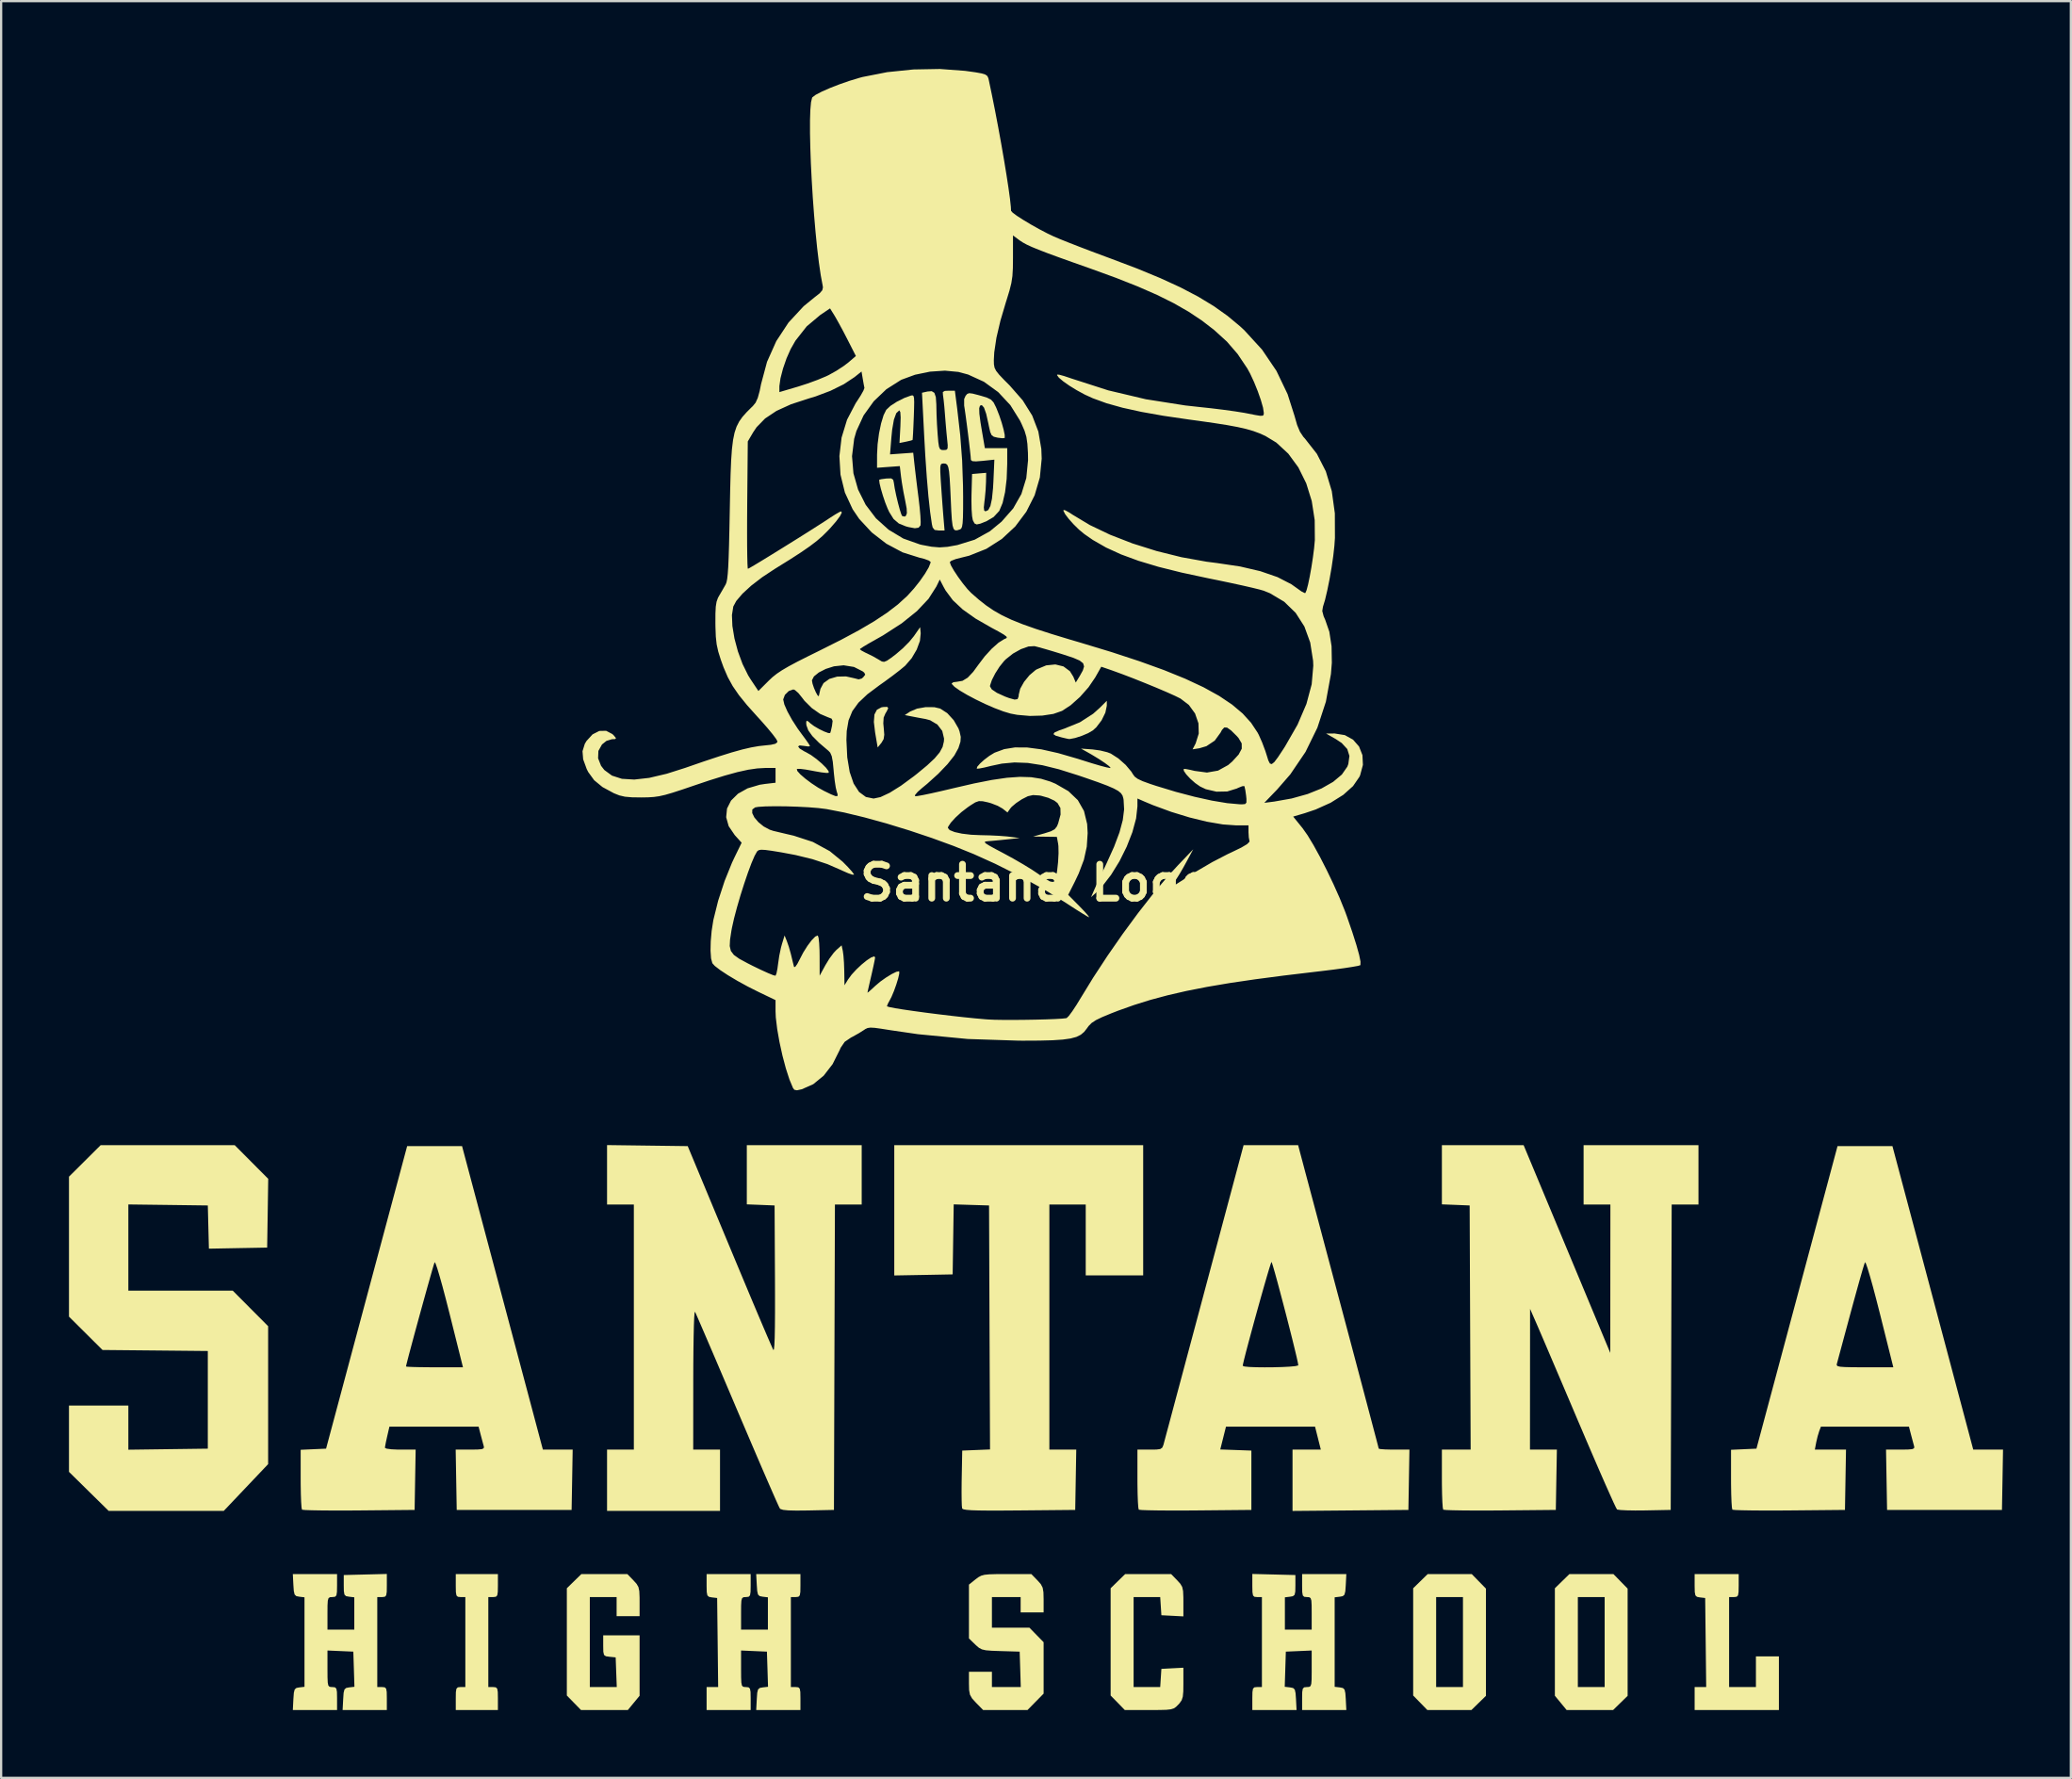
<source format=kicad_pcb>
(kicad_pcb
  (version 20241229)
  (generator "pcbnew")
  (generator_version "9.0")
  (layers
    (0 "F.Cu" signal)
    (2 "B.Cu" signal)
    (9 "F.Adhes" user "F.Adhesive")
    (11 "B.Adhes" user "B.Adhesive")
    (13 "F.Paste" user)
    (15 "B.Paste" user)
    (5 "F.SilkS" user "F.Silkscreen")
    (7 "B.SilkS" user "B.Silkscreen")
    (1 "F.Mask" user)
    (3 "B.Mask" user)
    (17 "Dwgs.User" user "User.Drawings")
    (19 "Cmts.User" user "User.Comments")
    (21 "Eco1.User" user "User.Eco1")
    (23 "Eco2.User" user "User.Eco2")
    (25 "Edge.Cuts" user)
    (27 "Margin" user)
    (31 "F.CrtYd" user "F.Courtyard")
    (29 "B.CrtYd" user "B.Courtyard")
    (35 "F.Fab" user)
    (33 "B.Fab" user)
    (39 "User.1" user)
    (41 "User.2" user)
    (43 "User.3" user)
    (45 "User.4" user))
  (footprint "Santana Logo"
    (layer "F.Cu")
    (at 42.757 35.985)
    (property "Reference" "Santana Logo" (at 0 0 0) (layer "F.SilkS") (effects (font (size 1.5 1.5) (thickness 0.3))))
    (attr board_only exclude_from_pos_files exclude_from_bom)
    (fp_poly (pts (xy -6.532 -7.721) (xy -6.606 -7.569) (xy -6.653 -7.495) (xy -6.734 -7.306) (xy -6.75 -7.053) (xy -6.73 -6.839) (xy -6.707 -6.547) (xy -6.735 -6.356) (xy -6.825 -6.201) (xy -6.836 -6.186) (xy -6.999 -5.986) (xy -7.112 -6.647) (xy -7.167 -7.113) (xy -7.142 -7.442) (xy -7.033 -7.652) (xy -6.835 -7.759) (xy -6.749 -7.774) (xy -6.576 -7.78)) (stroke (width 0) (type solid)) (fill yes) (layer "F.SilkS"))
    (fp_poly (pts (xy 3.133 -7.831) (xy 3.069 -7.525) (xy 2.903 -7.186) (xy 2.67 -6.88) (xy 2.518 -6.741) (xy 2.308 -6.618) (xy 2.027 -6.499) (xy 1.738 -6.405) (xy 1.507 -6.36) (xy 1.439 -6.361) (xy 1.335 -6.383) (xy 1.143 -6.428) (xy 1.136 -6.43) (xy 0.876 -6.504) (xy 0.771 -6.575) (xy 0.825 -6.651) (xy 1.04 -6.745) (xy 1.238 -6.812) (xy 1.942 -7.098) (xy 2.531 -7.478) (xy 2.832 -7.748) (xy 3.133 -8.049)) (stroke (width 0) (type solid)) (fill yes) (layer "F.SilkS"))
    (fp_poly (pts (xy 19.583 30.886) (xy 19.897 31.207) (xy 19.897 33.578) (xy 19.897 35.949) (xy 19.576 36.262) (xy 19.255 36.576) (xy 18.28 36.576) (xy 17.306 36.576) (xy 16.993 36.255) (xy 16.679 35.934) (xy 16.679 33.57) (xy 17.695 33.57) (xy 17.695 35.56) (xy 18.288 35.56) (xy 18.881 35.56) (xy 18.881 33.57) (xy 18.881 31.581) (xy 18.288 31.581) (xy 17.695 31.581) (xy 17.695 33.57) (xy 16.679 33.57) (xy 16.679 33.563) (xy 16.679 31.192) (xy 17 30.878) (xy 17.321 30.565) (xy 18.296 30.565) (xy 19.27 30.565)) (stroke (width 0) (type solid)) (fill yes) (layer "F.SilkS"))
    (fp_poly (pts (xy 25.848 30.886) (xy 26.162 31.207) (xy 26.162 33.578) (xy 26.162 35.949) (xy 25.841 36.262) (xy 25.52 36.576) (xy 24.492 36.576) (xy 23.465 36.576) (xy 23.205 36.26) (xy 22.945 35.945) (xy 22.945 33.57) (xy 23.961 33.57) (xy 23.961 35.56) (xy 24.553 35.56) (xy 25.146 35.56) (xy 25.146 33.57) (xy 25.146 31.581) (xy 24.553 31.581) (xy 23.961 31.581) (xy 23.961 33.57) (xy 22.945 33.57) (xy 22.945 33.568) (xy 22.945 31.192) (xy 23.266 30.878) (xy 23.587 30.565) (xy 24.561 30.565) (xy 25.535 30.565)) (stroke (width 0) (type solid)) (fill yes) (layer "F.SilkS"))
    (fp_poly (pts (xy 31.073 31.073) (xy 31.068 31.354) (xy 31.044 31.506) (xy 30.983 31.568) (xy 30.868 31.581) (xy 30.861 31.581) (xy 30.649 31.581) (xy 30.649 33.57) (xy 30.649 35.56) (xy 31.242 35.56) (xy 31.835 35.56) (xy 31.835 34.883) (xy 31.835 34.205) (xy 32.343 34.205) (xy 32.851 34.205) (xy 32.851 35.391) (xy 32.851 36.576) (xy 30.988 36.576) (xy 29.125 36.576) (xy 29.125 36.068) (xy 29.125 35.56) (xy 29.381 35.56) (xy 29.636 35.56) (xy 29.614 33.592) (xy 29.591 31.623) (xy 29.358 31.596) (xy 29.229 31.571) (xy 29.159 31.507) (xy 29.131 31.361) (xy 29.125 31.091) (xy 29.125 31.067) (xy 29.125 30.565) (xy 30.099 30.565) (xy 31.073 30.565)) (stroke (width 0) (type solid)) (fill yes) (layer "F.SilkS"))
    (fp_poly (pts (xy -23.791 31.073) (xy -23.796 31.354) (xy -23.82 31.506) (xy -23.881 31.568) (xy -23.996 31.581) (xy -24.003 31.581) (xy -24.215 31.581) (xy -24.215 33.57) (xy -24.215 35.56) (xy -24.003 35.56) (xy -23.886 35.571) (xy -23.822 35.63) (xy -23.796 35.776) (xy -23.791 36.05) (xy -23.791 36.068) (xy -23.791 36.576) (xy -24.723 36.576) (xy -25.654 36.576) (xy -25.654 36.068) (xy -25.65 35.786) (xy -25.625 35.634) (xy -25.564 35.572) (xy -25.45 35.56) (xy -25.442 35.56) (xy -25.231 35.56) (xy -25.231 33.57) (xy -25.231 31.581) (xy -25.442 31.581) (xy -25.56 31.57) (xy -25.623 31.511) (xy -25.649 31.365) (xy -25.654 31.09) (xy -25.654 31.073) (xy -25.654 30.565) (xy -24.723 30.565) (xy -23.791 30.565)) (stroke (width 0) (type solid)) (fill yes) (layer "F.SilkS"))
    (fp_poly (pts (xy -17.797 30.844) (xy -17.659 30.997) (xy -17.578 31.138) (xy -17.539 31.318) (xy -17.527 31.589) (xy -17.526 31.775) (xy -17.526 32.427) (xy -18.034 32.427) (xy -18.542 32.427) (xy -18.542 32.004) (xy -18.542 31.581) (xy -19.135 31.581) (xy -19.727 31.581) (xy -19.727 33.57) (xy -19.727 35.56) (xy -19.131 35.56) (xy -18.535 35.56) (xy -18.56 34.904) (xy -18.584 34.248) (xy -18.86 34.221) (xy -19.017 34.198) (xy -19.099 34.14) (xy -19.13 34.001) (xy -19.135 33.739) (xy -19.135 33.734) (xy -19.135 33.274) (xy -18.33 33.274) (xy -17.526 33.274) (xy -17.526 34.609) (xy -17.526 35.945) (xy -17.786 36.26) (xy -18.046 36.576) (xy -19.081 36.576) (xy -20.116 36.576) (xy -20.43 36.255) (xy -20.743 35.934) (xy -20.743 33.563) (xy -20.743 31.192) (xy -20.422 30.878) (xy -20.101 30.565) (xy -19.084 30.565) (xy -18.067 30.565)) (stroke (width 0) (type solid)) (fill yes) (layer "F.SilkS"))
    (fp_poly (pts (xy 4.741 14.478) (xy 4.741 17.357) (xy 3.471 17.357) (xy 2.201 17.357) (xy 2.201 15.79) (xy 2.201 14.224) (xy 1.397 14.224) (xy 0.593 14.224) (xy 0.593 19.643) (xy 0.593 25.061) (xy 1.187 25.061) (xy 1.782 25.061) (xy 1.759 26.395) (xy 1.736 27.728) (xy -0.743 27.751) (xy -1.483 27.756) (xy -2.069 27.757) (xy -2.518 27.752) (xy -2.846 27.742) (xy -3.068 27.725) (xy -3.2 27.702) (xy -3.259 27.671) (xy -3.264 27.662) (xy -3.278 27.541) (xy -3.286 27.285) (xy -3.289 26.926) (xy -3.286 26.498) (xy -3.283 26.327) (xy -3.26 25.104) (xy -2.645 25.079) (xy -2.031 25.054) (xy -2.053 19.66) (xy -2.074 14.266) (xy -2.856 14.242) (xy -3.637 14.218) (xy -3.66 15.766) (xy -3.683 17.314) (xy -4.974 17.338) (xy -6.265 17.361) (xy -6.265 14.48) (xy -6.265 11.599) (xy -0.762 11.599) (xy 4.741 11.599)) (stroke (width 0) (type solid)) (fill yes) (layer "F.SilkS"))
    (fp_poly (pts (xy 6.249 30.844) (xy 6.386 30.996) (xy 6.467 31.136) (xy 6.506 31.316) (xy 6.518 31.585) (xy 6.519 31.779) (xy 6.519 32.436) (xy 6.032 32.41) (xy 5.546 32.385) (xy 5.52 31.983) (xy 5.494 31.581) (xy 4.906 31.581) (xy 4.318 31.581) (xy 4.318 33.57) (xy 4.318 35.56) (xy 4.906 35.56) (xy 5.494 35.56) (xy 5.52 35.158) (xy 5.546 34.756) (xy 6.032 34.73) (xy 6.519 34.705) (xy 6.519 35.403) (xy 6.515 35.756) (xy 6.493 35.987) (xy 6.443 36.143) (xy 6.353 36.272) (xy 6.292 36.339) (xy 6.193 36.437) (xy 6.095 36.503) (xy 5.965 36.544) (xy 5.769 36.566) (xy 5.474 36.574) (xy 5.046 36.576) (xy 4.997 36.576) (xy 3.929 36.576) (xy 3.616 36.255) (xy 3.302 35.934) (xy 3.302 33.563) (xy 3.302 31.192) (xy 3.623 30.878) (xy 3.944 30.565) (xy 4.961 30.565) (xy 5.978 30.565)) (stroke (width 0) (type solid)) (fill yes) (layer "F.SilkS"))
    (fp_poly (pts (xy -34.688 12.344) (xy -33.947 13.088) (xy -33.97 14.609) (xy -33.994 16.129) (xy -35.282 16.152) (xy -36.57 16.176) (xy -36.594 15.221) (xy -36.618 14.266) (xy -38.375 14.243) (xy -40.132 14.221) (xy -40.132 16.127) (xy -40.132 18.034) (xy -37.823 18.034) (xy -35.514 18.034) (xy -34.733 18.819) (xy -33.951 19.604) (xy -33.951 22.653) (xy -33.951 25.703) (xy -34.932 26.737) (xy -35.913 27.771) (xy -38.458 27.771) (xy -41.003 27.771) (xy -41.88 26.908) (xy -42.757 26.045) (xy -42.757 24.58) (xy -42.757 23.114) (xy -41.444 23.114) (xy -40.132 23.114) (xy -40.132 24.089) (xy -40.132 25.065) (xy -38.375 25.042) (xy -36.618 25.019) (xy -36.618 22.86) (xy -36.618 20.701) (xy -38.946 20.678) (xy -41.274 20.656) (xy -42.016 19.918) (xy -42.757 19.181) (xy -42.757 16.087) (xy -42.757 12.993) (xy -42.056 12.296) (xy -41.356 11.599) (xy -38.393 11.599) (xy -35.429 11.599)) (stroke (width 0) (type solid)) (fill yes) (layer "F.SilkS"))
    (fp_poly (pts (xy 0.068 30.844) (xy 0.215 31.01) (xy 0.296 31.165) (xy 0.331 31.368) (xy 0.339 31.679) (xy 0.339 31.691) (xy 0.339 32.258) (xy -0.169 32.258) (xy -0.677 32.258) (xy -0.677 31.919) (xy -0.677 31.581) (xy -1.312 31.581) (xy -1.947 31.581) (xy -1.947 32.258) (xy -1.947 32.935) (xy -1.118 32.935) (xy -0.288 32.935) (xy 0.025 33.256) (xy 0.339 33.577) (xy 0.339 34.714) (xy 0.339 35.85) (xy -0.018 36.213) (xy -0.374 36.576) (xy -1.355 36.576) (xy -2.336 36.576) (xy -2.65 36.255) (xy -2.825 36.063) (xy -2.918 35.898) (xy -2.956 35.695) (xy -2.963 35.408) (xy -2.963 34.883) (xy -2.455 34.883) (xy -1.947 34.883) (xy -1.947 35.221) (xy -1.947 35.56) (xy -1.309 35.56) (xy -0.671 35.56) (xy -0.695 34.777) (xy -0.72 33.994) (xy -1.566 33.969) (xy -1.954 33.955) (xy -2.215 33.934) (xy -2.39 33.894) (xy -2.52 33.825) (xy -2.647 33.716) (xy -2.688 33.677) (xy -2.963 33.41) (xy -2.963 32.22) (xy -2.963 31.03) (xy -2.672 30.797) (xy -2.545 30.702) (xy -2.424 30.637) (xy -2.275 30.596) (xy -2.061 30.575) (xy -1.75 30.566) (xy -1.304 30.565) (xy -1.291 30.565) (xy -0.203 30.565)) (stroke (width 0) (type solid)) (fill yes) (layer "F.SilkS"))
    (fp_poly (pts (xy 23.479 16.192) (xy 25.395 20.786) (xy 25.397 17.505) (xy 25.4 14.224) (xy 24.807 14.224) (xy 24.215 14.224) (xy 24.215 12.912) (xy 24.215 11.599) (xy 26.755 11.599) (xy 29.295 11.599) (xy 29.295 12.912) (xy 29.295 14.224) (xy 28.703 14.224) (xy 28.11 14.224) (xy 28.089 20.976) (xy 28.067 27.728) (xy 26.924 27.75) (xy 26.497 27.753) (xy 26.129 27.747) (xy 25.854 27.733) (xy 25.706 27.713) (xy 25.694 27.707) (xy 25.644 27.619) (xy 25.535 27.39) (xy 25.375 27.035) (xy 25.168 26.571) (xy 24.923 26.012) (xy 24.647 25.374) (xy 24.345 24.672) (xy 24.025 23.921) (xy 24.005 23.876) (xy 23.675 23.099) (xy 23.356 22.349) (xy 23.056 21.646) (xy 22.783 21.006) (xy 22.546 20.45) (xy 22.351 19.995) (xy 22.207 19.66) (xy 22.126 19.473) (xy 21.848 18.838) (xy 21.846 21.95) (xy 21.844 25.061) (xy 22.439 25.061) (xy 23.034 25.061) (xy 23.01 26.395) (xy 22.987 27.728) (xy 20.526 27.751) (xy 19.896 27.755) (xy 19.323 27.754) (xy 18.826 27.75) (xy 18.428 27.743) (xy 18.151 27.733) (xy 18.016 27.719) (xy 18.007 27.715) (xy 17.987 27.615) (xy 17.97 27.376) (xy 17.957 27.029) (xy 17.95 26.604) (xy 17.949 26.36) (xy 17.949 25.061) (xy 18.585 25.061) (xy 19.221 25.061) (xy 19.199 19.664) (xy 19.177 14.266) (xy 18.563 14.241) (xy 17.949 14.217) (xy 17.949 12.908) (xy 17.949 11.599) (xy 19.756 11.599) (xy 21.563 11.599)) (stroke (width 0) (type solid)) (fill yes) (layer "F.SilkS"))
    (fp_poly (pts (xy -3.484 -20.976) (xy -3.348 -19.787) (xy -3.264 -18.672) (xy -3.225 -17.543) (xy -3.22 -17.048) (xy -3.221 -16.529) (xy -3.228 -16.155) (xy -3.243 -15.902) (xy -3.269 -15.745) (xy -3.307 -15.662) (xy -3.351 -15.63) (xy -3.481 -15.587) (xy -3.575 -15.587) (xy -3.642 -15.651) (xy -3.687 -15.8) (xy -3.719 -16.057) (xy -3.744 -16.442) (xy -3.765 -16.912) (xy -3.791 -17.475) (xy -3.815 -17.891) (xy -3.841 -18.183) (xy -3.875 -18.371) (xy -3.92 -18.479) (xy -3.981 -18.529) (xy -4.061 -18.542) (xy -4.082 -18.542) (xy -4.16 -18.534) (xy -4.208 -18.49) (xy -4.23 -18.379) (xy -4.23 -18.172) (xy -4.212 -17.837) (xy -4.201 -17.674) (xy -4.17 -17.22) (xy -4.136 -16.746) (xy -4.104 -16.33) (xy -4.093 -16.192) (xy -4.041 -15.579) (xy -4.297 -15.579) (xy -4.479 -15.602) (xy -4.566 -15.708) (xy -4.601 -15.854) (xy -4.679 -16.396) (xy -4.755 -17.09) (xy -4.826 -17.919) (xy -4.892 -18.866) (xy -4.941 -19.746) (xy -5.039 -21.67) (xy -4.795 -21.724) (xy -4.609 -21.738) (xy -4.492 -21.665) (xy -4.428 -21.48) (xy -4.405 -21.159) (xy -4.403 -21.04) (xy -4.395 -20.696) (xy -4.376 -20.273) (xy -4.349 -19.857) (xy -4.347 -19.833) (xy -4.318 -19.491) (xy -4.287 -19.284) (xy -4.241 -19.178) (xy -4.168 -19.14) (xy -4.084 -19.135) (xy -3.964 -19.145) (xy -3.908 -19.203) (xy -3.902 -19.352) (xy -3.924 -19.579) (xy -3.955 -19.891) (xy -3.99 -20.288) (xy -4.022 -20.686) (xy -4.023 -20.701) (xy -4.051 -21.048) (xy -4.082 -21.349) (xy -4.108 -21.548) (xy -4.112 -21.569) (xy -4.118 -21.699) (xy -4.032 -21.751) (xy -3.869 -21.759) (xy -3.585 -21.759)) (stroke (width 0) (type solid)) (fill yes) (layer "F.SilkS"))
    (fp_poly (pts (xy -17.182 11.619) (xy -15.398 11.642) (xy -13.547 16.087) (xy -13.204 16.909) (xy -12.879 17.686) (xy -12.578 18.405) (xy -12.306 19.049) (xy -12.07 19.605) (xy -11.876 20.059) (xy -11.73 20.395) (xy -11.639 20.6) (xy -11.61 20.659) (xy -11.586 20.626) (xy -11.567 20.448) (xy -11.552 20.12) (xy -11.543 19.638) (xy -11.538 18.999) (xy -11.538 18.196) (xy -11.54 17.526) (xy -11.557 14.266) (xy -12.171 14.241) (xy -12.785 14.217) (xy -12.785 12.908) (xy -12.785 11.599) (xy -10.245 11.599) (xy -7.705 11.599) (xy -7.705 12.912) (xy -7.705 14.224) (xy -8.297 14.224) (xy -8.889 14.224) (xy -8.911 20.976) (xy -8.932 27.728) (xy -10.084 27.752) (xy -10.59 27.757) (xy -10.948 27.749) (xy -11.178 27.726) (xy -11.3 27.687) (xy -11.322 27.667) (xy -11.371 27.571) (xy -11.479 27.333) (xy -11.64 26.968) (xy -11.848 26.492) (xy -12.097 25.918) (xy -12.379 25.262) (xy -12.689 24.537) (xy -13.021 23.759) (xy -13.206 23.326) (xy -13.546 22.525) (xy -13.868 21.769) (xy -14.165 21.072) (xy -14.432 20.45) (xy -14.661 19.917) (xy -14.846 19.488) (xy -14.981 19.177) (xy -15.06 19) (xy -15.077 18.965) (xy -15.095 19.015) (xy -15.111 19.22) (xy -15.125 19.566) (xy -15.136 20.037) (xy -15.145 20.62) (xy -15.151 21.3) (xy -15.153 21.95) (xy -15.155 25.061) (xy -14.563 25.061) (xy -13.97 25.061) (xy -13.97 26.416) (xy -13.97 27.771) (xy -16.468 27.771) (xy -18.965 27.771) (xy -18.965 26.416) (xy -18.965 25.061) (xy -18.373 25.061) (xy -17.78 25.061) (xy -17.78 19.643) (xy -17.78 14.224) (xy -18.373 14.224) (xy -18.965 14.224) (xy -18.965 12.91) (xy -18.965 11.596)) (stroke (width 0) (type solid)) (fill yes) (layer "F.SilkS"))
    (fp_poly (pts (xy -12.615 31.073) (xy -12.62 31.354) (xy -12.644 31.506) (xy -12.705 31.568) (xy -12.82 31.581) (xy -12.827 31.581) (xy -12.929 31.587) (xy -12.992 31.629) (xy -13.025 31.741) (xy -13.037 31.955) (xy -13.039 32.3) (xy -13.039 33.02) (xy -12.446 33.02) (xy -11.853 33.02) (xy -11.853 32.306) (xy -11.853 31.592) (xy -12.086 31.565) (xy -12.218 31.538) (xy -12.291 31.467) (xy -12.326 31.31) (xy -12.344 31.052) (xy -12.37 30.565) (xy -11.392 30.565) (xy -10.414 30.565) (xy -10.414 31.073) (xy -10.418 31.354) (xy -10.443 31.506) (xy -10.504 31.568) (xy -10.618 31.581) (xy -10.626 31.581) (xy -10.837 31.581) (xy -10.837 33.57) (xy -10.837 35.56) (xy -10.626 35.56) (xy -10.508 35.571) (xy -10.445 35.63) (xy -10.419 35.776) (xy -10.414 36.05) (xy -10.414 36.068) (xy -10.414 36.576) (xy -11.392 36.576) (xy -12.37 36.576) (xy -12.344 36.089) (xy -12.325 35.814) (xy -12.287 35.665) (xy -12.21 35.599) (xy -12.083 35.575) (xy -11.847 35.548) (xy -11.871 34.771) (xy -11.896 33.994) (xy -12.467 33.969) (xy -13.039 33.944) (xy -13.039 34.752) (xy -13.037 35.125) (xy -13.027 35.361) (xy -13.001 35.491) (xy -12.949 35.547) (xy -12.864 35.56) (xy -12.827 35.56) (xy -12.71 35.571) (xy -12.646 35.63) (xy -12.62 35.776) (xy -12.615 36.05) (xy -12.615 36.068) (xy -12.615 36.576) (xy -13.589 36.576) (xy -14.563 36.576) (xy -14.563 36.068) (xy -14.563 35.56) (xy -14.307 35.56) (xy -14.052 35.56) (xy -14.074 33.592) (xy -14.097 31.623) (xy -14.33 31.596) (xy -14.459 31.571) (xy -14.529 31.507) (xy -14.557 31.361) (xy -14.563 31.091) (xy -14.563 31.067) (xy -14.563 30.565) (xy -13.589 30.565) (xy -12.615 30.565)) (stroke (width 0) (type solid)) (fill yes) (layer "F.SilkS"))
    (fp_poly (pts (xy 39.658 18.351) (xy 41.444 25.06) (xy 42.103 25.061) (xy 42.761 25.061) (xy 42.738 26.395) (xy 42.714 27.728) (xy 40.174 27.728) (xy 37.634 27.728) (xy 37.611 26.395) (xy 37.588 25.061) (xy 38.231 25.061) (xy 38.556 25.057) (xy 38.745 25.04) (xy 38.827 25.002) (xy 38.836 24.934) (xy 38.83 24.913) (xy 38.783 24.74) (xy 38.716 24.488) (xy 38.694 24.405) (xy 38.601 24.045) (xy 36.655 24.045) (xy 34.709 24.045) (xy 34.632 24.248) (xy 34.563 24.474) (xy 34.5 24.744) (xy 34.498 24.756) (xy 34.44 25.061) (xy 35.129 25.061) (xy 35.818 25.061) (xy 35.795 26.395) (xy 35.772 27.728) (xy 33.311 27.751) (xy 32.681 27.755) (xy 32.107 27.754) (xy 31.611 27.75) (xy 31.213 27.743) (xy 30.936 27.733) (xy 30.801 27.719) (xy 30.792 27.715) (xy 30.772 27.615) (xy 30.755 27.376) (xy 30.742 27.029) (xy 30.735 26.604) (xy 30.734 26.363) (xy 30.734 25.069) (xy 31.296 25.044) (xy 31.858 25.019) (xy 32.847 21.33) (xy 35.408 21.33) (xy 35.45 21.37) (xy 35.561 21.396) (xy 35.766 21.411) (xy 36.089 21.419) (xy 36.553 21.421) (xy 36.64 21.421) (xy 37.91 21.421) (xy 37.315 19.041) (xy 37.152 18.404) (xy 37.005 17.848) (xy 36.877 17.392) (xy 36.774 17.05) (xy 36.7 16.838) (xy 36.659 16.774) (xy 36.657 16.776) (xy 36.619 16.886) (xy 36.543 17.137) (xy 36.437 17.505) (xy 36.308 17.968) (xy 36.161 18.501) (xy 36.023 19.008) (xy 35.867 19.586) (xy 35.724 20.116) (xy 35.601 20.574) (xy 35.503 20.936) (xy 35.438 21.178) (xy 35.412 21.273) (xy 35.408 21.33) (xy 32.847 21.33) (xy 33.651 18.33) (xy 35.443 11.642) (xy 36.657 11.642) (xy 37.871 11.642)) (stroke (width 0) (type solid)) (fill yes) (layer "F.SilkS"))
    (fp_poly (pts (xy -28.702 31.07) (xy -28.706 31.352) (xy -28.731 31.505) (xy -28.791 31.568) (xy -28.904 31.581) (xy -28.914 31.581) (xy -29.125 31.581) (xy -29.125 33.57) (xy -29.125 35.56) (xy -28.914 35.56) (xy -28.796 35.571) (xy -28.733 35.63) (xy -28.707 35.776) (xy -28.702 36.05) (xy -28.702 36.068) (xy -28.702 36.576) (xy -29.68 36.576) (xy -30.658 36.576) (xy -30.632 36.089) (xy -30.613 35.814) (xy -30.575 35.665) (xy -30.498 35.599) (xy -30.371 35.575) (xy -30.135 35.548) (xy -30.159 34.771) (xy -30.184 33.994) (xy -30.755 33.969) (xy -31.327 33.944) (xy -31.327 34.752) (xy -31.325 35.125) (xy -31.315 35.361) (xy -31.289 35.491) (xy -31.237 35.547) (xy -31.152 35.56) (xy -31.115 35.56) (xy -30.998 35.571) (xy -30.934 35.63) (xy -30.908 35.776) (xy -30.903 36.05) (xy -30.903 36.068) (xy -30.903 36.576) (xy -31.881 36.576) (xy -32.859 36.576) (xy -32.834 36.089) (xy -32.814 35.814) (xy -32.776 35.665) (xy -32.699 35.599) (xy -32.575 35.576) (xy -32.343 35.549) (xy -32.343 33.57) (xy -32.343 31.592) (xy -32.575 31.565) (xy -32.707 31.538) (xy -32.78 31.467) (xy -32.816 31.31) (xy -32.834 31.052) (xy -32.859 30.565) (xy -31.881 30.565) (xy -30.903 30.565) (xy -30.903 31.073) (xy -30.908 31.354) (xy -30.932 31.506) (xy -30.993 31.568) (xy -31.108 31.581) (xy -31.115 31.581) (xy -31.217 31.587) (xy -31.28 31.629) (xy -31.313 31.741) (xy -31.325 31.955) (xy -31.327 32.3) (xy -31.327 33.02) (xy -30.734 33.02) (xy -30.141 33.02) (xy -30.141 32.306) (xy -30.141 31.592) (xy -30.374 31.565) (xy -30.508 31.539) (xy -30.577 31.47) (xy -30.603 31.314) (xy -30.607 31.073) (xy -30.607 30.607) (xy -29.654 30.583) (xy -28.702 30.559)) (stroke (width 0) (type solid)) (fill yes) (layer "F.SilkS"))
    (fp_poly (pts (xy -23.589 18.351) (xy -21.802 25.061) (xy -21.143 25.061) (xy -20.485 25.061) (xy -20.508 26.395) (xy -20.532 27.728) (xy -23.072 27.728) (xy -25.612 27.728) (xy -25.635 26.395) (xy -25.658 25.061) (xy -25.015 25.061) (xy -24.69 25.057) (xy -24.501 25.04) (xy -24.419 25.002) (xy -24.41 24.934) (xy -24.416 24.913) (xy -24.463 24.74) (xy -24.53 24.488) (xy -24.552 24.405) (xy -24.645 24.045) (xy -26.616 24.045) (xy -28.588 24.045) (xy -28.687 24.475) (xy -28.744 24.734) (xy -28.78 24.926) (xy -28.787 24.983) (xy -28.709 25.019) (xy -28.501 25.047) (xy -28.205 25.061) (xy -28.107 25.061) (xy -27.428 25.061) (xy -27.451 26.395) (xy -27.474 27.728) (xy -29.935 27.751) (xy -30.565 27.755) (xy -31.139 27.754) (xy -31.635 27.75) (xy -32.033 27.743) (xy -32.31 27.733) (xy -32.445 27.719) (xy -32.454 27.715) (xy -32.474 27.615) (xy -32.491 27.376) (xy -32.504 27.029) (xy -32.511 26.604) (xy -32.512 26.363) (xy -32.512 25.069) (xy -31.951 25.044) (xy -31.389 25.019) (xy -30.416 21.386) (xy -27.855 21.386) (xy -27.776 21.398) (xy -27.556 21.408) (xy -27.226 21.416) (xy -26.814 21.42) (xy -26.596 21.421) (xy -25.336 21.421) (xy -25.931 19.041) (xy -26.094 18.403) (xy -26.241 17.848) (xy -26.369 17.391) (xy -26.472 17.049) (xy -26.546 16.838) (xy -26.587 16.774) (xy -26.589 16.776) (xy -26.623 16.877) (xy -26.693 17.114) (xy -26.792 17.463) (xy -26.915 17.898) (xy -27.052 18.392) (xy -27.198 18.919) (xy -27.345 19.455) (xy -27.486 19.972) (xy -27.613 20.445) (xy -27.721 20.849) (xy -27.801 21.157) (xy -27.847 21.343) (xy -27.855 21.386) (xy -30.416 21.386) (xy -29.597 18.33) (xy -27.804 11.642) (xy -26.59 11.642) (xy -25.376 11.642)) (stroke (width 0) (type solid)) (fill yes) (layer "F.SilkS"))
    (fp_poly (pts (xy -5.418 -21.531) (xy -5.392 -21.44) (xy -5.384 -21.256) (xy -5.39 -20.951) (xy -5.402 -20.596) (xy -5.418 -20.206) (xy -5.433 -19.884) (xy -5.447 -19.664) (xy -5.456 -19.58) (xy -5.542 -19.552) (xy -5.728 -19.509) (xy -5.754 -19.504) (xy -6.034 -19.448) (xy -5.995 -20.182) (xy -5.983 -20.577) (xy -5.998 -20.811) (xy -6.039 -20.888) (xy -6.048 -20.887) (xy -6.178 -20.763) (xy -6.281 -20.481) (xy -6.358 -20.037) (xy -6.392 -19.695) (xy -6.452 -18.944) (xy -5.939 -18.981) (xy -5.427 -19.018) (xy -5.377 -18.547) (xy -5.346 -18.275) (xy -5.3 -17.887) (xy -5.245 -17.438) (xy -5.19 -17.008) (xy -5.142 -16.591) (xy -5.11 -16.227) (xy -5.097 -15.954) (xy -5.104 -15.807) (xy -5.106 -15.802) (xy -5.19 -15.702) (xy -5.356 -15.678) (xy -5.634 -15.729) (xy -5.757 -15.763) (xy -6.064 -15.888) (xy -6.294 -16.085) (xy -6.488 -16.395) (xy -6.561 -16.552) (xy -6.666 -16.817) (xy -6.768 -17.12) (xy -6.855 -17.415) (xy -6.914 -17.658) (xy -6.932 -17.804) (xy -6.925 -17.825) (xy -6.833 -17.848) (xy -6.639 -17.874) (xy -6.604 -17.878) (xy -6.403 -17.883) (xy -6.313 -17.823) (xy -6.284 -17.695) (xy -6.245 -17.443) (xy -6.18 -17.129) (xy -6.102 -16.802) (xy -6.023 -16.508) (xy -5.954 -16.295) (xy -5.916 -16.218) (xy -5.802 -16.193) (xy -5.749 -16.231) (xy -5.707 -16.342) (xy -5.718 -16.557) (xy -5.783 -16.904) (xy -5.86 -17.289) (xy -5.928 -17.691) (xy -5.965 -17.954) (xy -6.02 -18.425) (xy -6.523 -18.389) (xy -7.027 -18.352) (xy -7.026 -18.934) (xy -7.002 -19.393) (xy -6.94 -19.868) (xy -6.848 -20.312) (xy -6.737 -20.678) (xy -6.621 -20.913) (xy -6.438 -21.086) (xy -6.15 -21.273) (xy -5.817 -21.44) (xy -5.54 -21.541) (xy -5.466 -21.556)) (stroke (width 0) (type solid)) (fill yes) (layer "F.SilkS"))
    (fp_poly (pts (xy -2.807 -21.633) (xy -2.555 -21.569) (xy -2.46 -21.542) (xy -2.169 -21.454) (xy -1.99 -21.367) (xy -1.874 -21.241) (xy -1.769 -21.034) (xy -1.738 -20.962) (xy -1.621 -20.664) (xy -1.514 -20.343) (xy -1.431 -20.043) (xy -1.382 -19.806) (xy -1.38 -19.677) (xy -1.385 -19.669) (xy -1.484 -19.658) (xy -1.68 -19.68) (xy -1.709 -19.686) (xy -1.864 -19.724) (xy -1.96 -19.793) (xy -2.023 -19.935) (xy -2.081 -20.19) (xy -2.101 -20.294) (xy -2.2 -20.736) (xy -2.297 -21.012) (xy -2.395 -21.124) (xy -2.476 -21.096) (xy -2.509 -20.983) (xy -2.502 -20.742) (xy -2.452 -20.358) (xy -2.412 -20.113) (xy -2.259 -19.219) (xy -1.764 -19.219) (xy -1.27 -19.219) (xy -1.271 -18.521) (xy -1.295 -17.861) (xy -1.365 -17.276) (xy -1.475 -16.795) (xy -1.619 -16.451) (xy -1.626 -16.44) (xy -1.871 -16.176) (xy -2.178 -15.994) (xy -2.455 -15.882) (xy -2.62 -15.846) (xy -2.715 -15.889) (xy -2.782 -16.014) (xy -2.794 -16.044) (xy -2.825 -16.215) (xy -2.846 -16.51) (xy -2.853 -16.881) (xy -2.85 -17.166) (xy -2.825 -18.076) (xy -2.513 -18.103) (xy -2.201 -18.129) (xy -2.208 -17.722) (xy -2.225 -17.379) (xy -2.26 -17) (xy -2.277 -16.87) (xy -2.305 -16.598) (xy -2.289 -16.461) (xy -2.231 -16.425) (xy -2.108 -16.483) (xy -2.014 -16.665) (xy -1.945 -16.983) (xy -1.898 -17.451) (xy -1.881 -17.754) (xy -1.839 -18.711) (xy -2.359 -18.657) (xy -2.652 -18.634) (xy -2.813 -18.644) (xy -2.874 -18.693) (xy -2.879 -18.724) (xy -2.889 -18.864) (xy -2.918 -19.132) (xy -2.959 -19.486) (xy -3.008 -19.886) (xy -3.06 -20.29) (xy -3.109 -20.658) (xy -3.151 -20.95) (xy -3.175 -21.101) (xy -3.175 -21.391) (xy -3.111 -21.535) (xy -3.04 -21.617) (xy -2.953 -21.65)) (stroke (width 0) (type solid)) (fill yes) (layer "F.SilkS"))
    (fp_poly (pts (xy 10.52 30.583) (xy 11.472 30.607) (xy 11.472 31.073) (xy 11.467 31.34) (xy 11.436 31.482) (xy 11.36 31.543) (xy 11.239 31.565) (xy 11.007 31.592) (xy 11.007 32.306) (xy 11.007 33.02) (xy 11.599 33.02) (xy 12.192 33.02) (xy 12.192 32.3) (xy 12.19 31.952) (xy 12.178 31.739) (xy 12.145 31.629) (xy 12.082 31.587) (xy 11.98 31.581) (xy 11.863 31.57) (xy 11.8 31.511) (xy 11.774 31.365) (xy 11.769 31.09) (xy 11.769 31.073) (xy 11.769 30.565) (xy 12.747 30.565) (xy 13.724 30.565) (xy 13.699 31.052) (xy 13.679 31.327) (xy 13.641 31.476) (xy 13.565 31.541) (xy 13.441 31.565) (xy 13.208 31.592) (xy 13.208 33.57) (xy 13.208 35.549) (xy 13.441 35.576) (xy 13.573 35.603) (xy 13.646 35.673) (xy 13.681 35.831) (xy 13.699 36.089) (xy 13.724 36.576) (xy 12.747 36.576) (xy 11.769 36.576) (xy 11.769 36.068) (xy 11.773 35.786) (xy 11.798 35.634) (xy 11.859 35.572) (xy 11.973 35.56) (xy 11.98 35.56) (xy 12.078 35.554) (xy 12.14 35.517) (xy 12.174 35.415) (xy 12.189 35.218) (xy 12.192 34.894) (xy 12.192 34.752) (xy 12.192 33.944) (xy 11.62 33.969) (xy 11.049 33.994) (xy 11.025 34.771) (xy 11 35.548) (xy 11.236 35.575) (xy 11.37 35.602) (xy 11.444 35.672) (xy 11.479 35.828) (xy 11.498 36.089) (xy 11.523 36.576) (xy 10.545 36.576) (xy 9.567 36.576) (xy 9.567 36.068) (xy 9.572 35.786) (xy 9.596 35.634) (xy 9.657 35.572) (xy 9.772 35.56) (xy 9.779 35.56) (xy 9.991 35.56) (xy 9.991 33.57) (xy 9.991 31.581) (xy 9.779 31.581) (xy 9.662 31.57) (xy 9.599 31.512) (xy 9.573 31.366) (xy 9.567 31.093) (xy 9.567 31.07) (xy 9.567 30.559)) (stroke (width 0) (type solid)) (fill yes) (layer "F.SilkS"))
    (fp_poly (pts (xy 11.676 11.917) (xy 11.711 12.048) (xy 11.786 12.329) (xy 11.897 12.748) (xy 12.042 13.29) (xy 12.216 13.943) (xy 12.416 14.693) (xy 12.638 15.528) (xy 12.879 16.433) (xy 13.136 17.396) (xy 13.404 18.403) (xy 13.458 18.604) (xy 13.726 19.61) (xy 13.981 20.568) (xy 14.219 21.466) (xy 14.438 22.291) (xy 14.634 23.031) (xy 14.804 23.673) (xy 14.944 24.204) (xy 15.052 24.613) (xy 15.123 24.886) (xy 15.154 25.011) (xy 15.155 25.017) (xy 15.233 25.038) (xy 15.441 25.053) (xy 15.737 25.061) (xy 15.835 25.061) (xy 16.514 25.061) (xy 16.491 26.395) (xy 16.468 27.728) (xy 13.906 27.751) (xy 11.345 27.773) (xy 11.345 26.417) (xy 11.345 25.061) (xy 11.971 25.061) (xy 12.596 25.061) (xy 12.468 24.553) (xy 12.34 24.045) (xy 10.372 24.045) (xy 8.403 24.045) (xy 8.276 24.55) (xy 8.149 25.055) (xy 8.837 25.079) (xy 9.525 25.104) (xy 9.525 26.416) (xy 9.525 27.728) (xy 7.064 27.751) (xy 6.434 27.755) (xy 5.861 27.754) (xy 5.364 27.75) (xy 4.966 27.743) (xy 4.689 27.733) (xy 4.554 27.719) (xy 4.545 27.715) (xy 4.525 27.615) (xy 4.508 27.376) (xy 4.495 27.029) (xy 4.488 26.604) (xy 4.487 26.36) (xy 4.487 25.061) (xy 5.034 25.061) (xy 5.329 25.058) (xy 5.498 25.035) (xy 5.586 24.973) (xy 5.636 24.853) (xy 5.654 24.786) (xy 5.687 24.662) (xy 5.76 24.388) (xy 5.871 23.976) (xy 6.014 23.44) (xy 6.187 22.792) (xy 6.387 22.046) (xy 6.571 21.357) (xy 9.143 21.357) (xy 9.222 21.386) (xy 9.434 21.407) (xy 9.742 21.419) (xy 10.111 21.423) (xy 10.504 21.42) (xy 10.885 21.41) (xy 11.217 21.393) (xy 11.464 21.37) (xy 11.59 21.341) (xy 11.599 21.33) (xy 11.579 21.208) (xy 11.523 20.954) (xy 11.437 20.595) (xy 11.329 20.155) (xy 11.204 19.66) (xy 11.07 19.136) (xy 10.932 18.607) (xy 10.798 18.1) (xy 10.675 17.64) (xy 10.568 17.252) (xy 10.484 16.962) (xy 10.431 16.795) (xy 10.415 16.764) (xy 10.383 16.842) (xy 10.314 17.058) (xy 10.216 17.387) (xy 10.095 17.804) (xy 9.959 18.284) (xy 9.814 18.802) (xy 9.667 19.332) (xy 9.526 19.85) (xy 9.397 20.329) (xy 9.287 20.745) (xy 9.204 21.073) (xy 9.154 21.287) (xy 9.143 21.357) (xy 6.571 21.357) (xy 6.609 21.214) (xy 6.851 20.31) (xy 7.109 19.347) (xy 7.379 18.338) (xy 7.454 18.055) (xy 9.181 11.599) (xy 10.387 11.599) (xy 11.593 11.599)) (stroke (width 0) (type solid)) (fill yes) (layer "F.SilkS"))
    (fp_poly (pts (xy -3.144 -35.903) (xy -3.075 -35.894) (xy -2.668 -35.837) (xy -2.398 -35.788) (xy -2.235 -35.737) (xy -2.148 -35.672) (xy -2.106 -35.582) (xy -2.094 -35.536) (xy -1.954 -34.869) (xy -1.811 -34.156) (xy -1.671 -33.42) (xy -1.537 -32.685) (xy -1.414 -31.976) (xy -1.306 -31.318) (xy -1.216 -30.734) (xy -1.149 -30.25) (xy -1.11 -29.889) (xy -1.101 -29.714) (xy -1.03 -29.632) (xy -0.84 -29.491) (xy -0.56 -29.311) (xy -0.222 -29.108) (xy 0.144 -28.903) (xy 0.507 -28.713) (xy 0.764 -28.59) (xy 1.031 -28.476) (xy 1.424 -28.318) (xy 1.911 -28.128) (xy 2.46 -27.918) (xy 3.037 -27.703) (xy 3.304 -27.604) (xy 4.475 -27.161) (xy 5.498 -26.738) (xy 6.391 -26.328) (xy 7.172 -25.919) (xy 7.858 -25.503) (xy 8.47 -25.069) (xy 9.024 -24.608) (xy 9.213 -24.433) (xy 9.998 -23.575) (xy 10.635 -22.634) (xy 11.125 -21.611) (xy 11.429 -20.659) (xy 11.548 -20.244) (xy 11.671 -19.949) (xy 11.82 -19.724) (xy 11.893 -19.643) (xy 12.421 -18.969) (xy 12.817 -18.195) (xy 13.081 -17.319) (xy 13.216 -16.339) (xy 13.22 -15.252) (xy 13.196 -14.903) (xy 13.146 -14.453) (xy 13.072 -13.943) (xy 12.98 -13.418) (xy 12.88 -12.924) (xy 12.781 -12.506) (xy 12.691 -12.211) (xy 12.69 -12.208) (xy 12.66 -12.018) (xy 12.721 -11.785) (xy 12.789 -11.632) (xy 12.972 -11.103) (xy 13.071 -10.458) (xy 13.083 -9.73) (xy 13.043 -9.23) (xy 12.82 -8.009) (xy 12.444 -6.86) (xy 11.919 -5.787) (xy 11.246 -4.795) (xy 10.665 -4.127) (xy 10.097 -3.537) (xy 10.531 -3.592) (xy 11.306 -3.729) (xy 12.012 -3.926) (xy 12.63 -4.174) (xy 13.141 -4.465) (xy 13.526 -4.788) (xy 13.767 -5.134) (xy 13.812 -5.253) (xy 13.86 -5.61) (xy 13.766 -5.914) (xy 13.518 -6.183) (xy 13.259 -6.355) (xy 12.827 -6.602) (xy 13.208 -6.603) (xy 13.657 -6.531) (xy 14.021 -6.33) (xy 14.286 -6.027) (xy 14.436 -5.647) (xy 14.457 -5.215) (xy 14.334 -4.756) (xy 14.301 -4.684) (xy 14.02 -4.276) (xy 13.59 -3.891) (xy 13.032 -3.541) (xy 12.368 -3.242) (xy 11.878 -3.077) (xy 11.374 -2.929) (xy 11.788 -2.417) (xy 12.009 -2.104) (xy 12.274 -1.665) (xy 12.565 -1.135) (xy 12.865 -0.546) (xy 13.159 0.067) (xy 13.429 0.673) (xy 13.658 1.238) (xy 13.748 1.482) (xy 13.988 2.179) (xy 14.169 2.75) (xy 14.291 3.187) (xy 14.351 3.484) (xy 14.347 3.633) (xy 14.34 3.643) (xy 14.238 3.673) (xy 13.992 3.717) (xy 13.628 3.773) (xy 13.171 3.835) (xy 12.644 3.9) (xy 12.361 3.933) (xy 10.953 4.101) (xy 9.695 4.266) (xy 8.572 4.431) (xy 7.564 4.602) (xy 6.654 4.781) (xy 5.824 4.972) (xy 5.056 5.178) (xy 4.333 5.404) (xy 3.636 5.652) (xy 3.328 5.772) (xy 2.927 5.938) (xy 2.65 6.072) (xy 2.462 6.196) (xy 2.327 6.333) (xy 2.254 6.435) (xy 2.131 6.592) (xy 1.983 6.717) (xy 1.79 6.813) (xy 1.53 6.883) (xy 1.186 6.931) (xy 0.736 6.961) (xy 0.162 6.976) (xy -0.556 6.98) (xy -0.762 6.979) (xy -3.016 6.905) (xy -5.219 6.693) (xy -6.428 6.517) (xy -6.845 6.451) (xy -7.13 6.412) (xy -7.318 6.402) (xy -7.444 6.42) (xy -7.544 6.466) (xy -7.613 6.513) (xy -7.83 6.65) (xy -8.102 6.802) (xy -8.181 6.843) (xy -8.457 7.031) (xy -8.634 7.29) (xy -8.674 7.383) (xy -8.991 8.016) (xy -9.386 8.527) (xy -9.846 8.903) (xy -10.353 9.128) (xy -10.569 9.174) (xy -10.684 9.15) (xy -10.742 9.074) (xy -10.899 8.7) (xy -11.059 8.205) (xy -11.21 7.636) (xy -11.341 7.039) (xy -11.442 6.463) (xy -11.503 5.954) (xy -11.515 5.68) (xy -11.515 5.186) (xy -12.255 4.831) (xy -12.737 4.589) (xy -13.2 4.335) (xy -13.617 4.087) (xy -13.959 3.861) (xy -14.201 3.675) (xy -14.309 3.555) (xy -14.366 3.341) (xy -14.389 3.003) (xy -14.385 2.796) (xy -13.541 2.796) (xy -13.491 3.011) (xy -13.357 3.188) (xy -13.119 3.358) (xy -12.758 3.553) (xy -12.52 3.674) (xy -12.156 3.85) (xy -11.847 3.99) (xy -11.624 4.081) (xy -11.518 4.108) (xy -11.516 4.107) (xy -11.474 4.009) (xy -11.431 3.794) (xy -11.402 3.58) (xy -11.35 3.224) (xy -11.275 2.866) (xy -11.232 2.709) (xy -11.115 2.328) (xy -11.013 2.582) (xy -10.927 2.829) (xy -10.841 3.132) (xy -10.82 3.217) (xy -10.758 3.475) (xy -10.708 3.674) (xy -10.695 3.721) (xy -10.646 3.718) (xy -10.553 3.588) (xy -10.452 3.394) (xy -10.288 3.079) (xy -10.102 2.784) (xy -9.918 2.539) (xy -9.76 2.377) (xy -9.653 2.329) (xy -9.645 2.333) (xy -9.612 2.433) (xy -9.586 2.663) (xy -9.57 2.987) (xy -9.566 3.243) (xy -9.564 4.106) (xy -9.311 3.641) (xy -9.134 3.352) (xy -8.944 3.096) (xy -8.826 2.97) (xy -8.594 2.765) (xy -8.54 3.013) (xy -8.512 3.22) (xy -8.489 3.532) (xy -8.477 3.88) (xy -8.476 3.895) (xy -8.466 4.53) (xy -8.31 4.276) (xy -8.151 4.059) (xy -7.94 3.83) (xy -7.707 3.611) (xy -7.48 3.427) (xy -7.286 3.299) (xy -7.154 3.251) (xy -7.112 3.294) (xy -7.13 3.411) (xy -7.179 3.649) (xy -7.249 3.966) (xy -7.281 4.106) (xy -7.357 4.433) (xy -7.415 4.69) (xy -7.447 4.838) (xy -7.451 4.859) (xy -7.396 4.82) (xy -7.253 4.694) (xy -7.108 4.559) (xy -6.888 4.372) (xy -6.632 4.19) (xy -6.381 4.036) (xy -6.176 3.935) (xy -6.055 3.911) (xy -6.046 3.917) (xy -6.045 4.018) (xy -6.093 4.228) (xy -6.177 4.5) (xy -6.279 4.785) (xy -6.385 5.037) (xy -6.445 5.154) (xy -6.545 5.34) (xy -6.588 5.451) (xy -6.586 5.461) (xy -6.477 5.495) (xy -6.225 5.544) (xy -5.858 5.603) (xy -5.401 5.669) (xy -4.881 5.74) (xy -4.324 5.811) (xy -3.756 5.879) (xy -3.204 5.941) (xy -2.694 5.993) (xy -2.252 6.032) (xy -2.117 6.042) (xy -1.832 6.055) (xy -1.448 6.061) (xy -0.996 6.062) (xy -0.509 6.058) (xy -0.019 6.05) (xy 0.442 6.038) (xy 0.842 6.023) (xy 1.149 6.005) (xy 1.33 5.986) (xy 1.359 5.978) (xy 1.454 5.885) (xy 1.608 5.677) (xy 1.798 5.389) (xy 1.949 5.141) (xy 2.53 4.193) (xy 3.166 3.223) (xy 3.835 2.261) (xy 4.515 1.337) (xy 5.183 0.483) (xy 5.818 -0.272) (xy 6.266 -0.762) (xy 6.954 -1.482) (xy 6.68 -0.974) (xy 6.517 -0.677) (xy 6.363 -0.412) (xy 6.265 -0.254) (xy 6.104 -0.007) (xy 6.038 0.119) (xy 6.066 0.14) (xy 6.185 0.073) (xy 6.226 0.046) (xy 7.058 -0.485) (xy 7.797 -0.917) (xy 8.474 -1.268) (xy 8.664 -1.357) (xy 9.077 -1.557) (xy 9.334 -1.709) (xy 9.44 -1.816) (xy 9.442 -1.847) (xy 9.411 -2.007) (xy 9.398 -2.238) (xy 9.398 -2.251) (xy 9.398 -2.54) (xy 8.855 -2.54) (xy 8.263 -2.582) (xy 7.563 -2.702) (xy 6.791 -2.89) (xy 5.984 -3.137) (xy 5.178 -3.433) (xy 4.805 -3.589) (xy 4.487 -3.728) (xy 4.487 -3.379) (xy 4.428 -2.846) (xy 4.263 -2.238) (xy 4.011 -1.594) (xy 3.692 -0.953) (xy 3.323 -0.355) (xy 2.925 0.162) (xy 2.626 0.466) (xy 2.436 0.635) (xy 2.564 0.339) (xy 2.652 0.142) (xy 2.793 -0.163) (xy 2.966 -0.531) (xy 3.116 -0.847) (xy 3.454 -1.595) (xy 3.693 -2.23) (xy 3.839 -2.774) (xy 3.898 -3.246) (xy 3.875 -3.669) (xy 3.863 -3.738) (xy 3.828 -3.857) (xy 3.759 -3.962) (xy 3.636 -4.064) (xy 3.439 -4.172) (xy 3.15 -4.297) (xy 2.749 -4.447) (xy 2.216 -4.633) (xy 1.866 -4.752) (xy 1.018 -5.019) (xy 0.286 -5.2) (xy -0.359 -5.301) (xy -0.948 -5.323) (xy -1.509 -5.271) (xy -1.99 -5.169) (xy -2.283 -5.097) (xy -2.507 -5.054) (xy -2.615 -5.046) (xy -2.618 -5.048) (xy -2.598 -5.13) (xy -2.473 -5.274) (xy -2.281 -5.447) (xy -2.057 -5.616) (xy -1.84 -5.748) (xy -1.821 -5.757) (xy -1.403 -5.911) (xy -0.931 -5.987) (xy -0.388 -5.984) (xy 0.244 -5.901) (xy 0.982 -5.735) (xy 1.845 -5.485) (xy 2.053 -5.419) (xy 2.48 -5.285) (xy 2.845 -5.178) (xy 3.119 -5.106) (xy 3.276 -5.076) (xy 3.302 -5.081) (xy 3.233 -5.16) (xy 3.048 -5.299) (xy 2.779 -5.477) (xy 2.458 -5.672) (xy 2.244 -5.794) (xy 1.99 -5.935) (xy 2.505 -5.898) (xy 2.84 -5.852) (xy 3.153 -5.775) (xy 3.309 -5.715) (xy 3.645 -5.499) (xy 3.968 -5.213) (xy 4.219 -4.914) (xy 4.283 -4.809) (xy 4.364 -4.697) (xy 4.499 -4.597) (xy 4.718 -4.494) (xy 5.052 -4.373) (xy 5.313 -4.287) (xy 6.183 -4.023) (xy 7.015 -3.804) (xy 7.78 -3.635) (xy 8.453 -3.523) (xy 9.005 -3.473) (xy 9.119 -3.471) (xy 9.25 -3.483) (xy 9.306 -3.548) (xy 9.307 -3.711) (xy 9.292 -3.857) (xy 9.258 -4.095) (xy 9.223 -4.252) (xy 9.21 -4.28) (xy 9.118 -4.27) (xy 8.937 -4.197) (xy 8.883 -4.17) (xy 8.459 -4.039) (xy 7.982 -4.03) (xy 7.51 -4.14) (xy 7.262 -4.257) (xy 7.04 -4.412) (xy 6.824 -4.603) (xy 6.645 -4.795) (xy 6.538 -4.952) (xy 6.531 -5.036) (xy 6.623 -5.033) (xy 6.827 -4.994) (xy 7.014 -4.949) (xy 7.561 -4.876) (xy 8.051 -4.961) (xy 8.497 -5.207) (xy 8.679 -5.364) (xy 8.962 -5.673) (xy 9.1 -5.931) (xy 9.097 -6.165) (xy 8.957 -6.403) (xy 8.88 -6.49) (xy 8.626 -6.74) (xy 8.45 -6.864) (xy 8.326 -6.869) (xy 8.225 -6.76) (xy 8.164 -6.645) (xy 7.905 -6.287) (xy 7.537 -6.042) (xy 7.231 -5.951) (xy 6.925 -5.902) (xy 7.061 -6.164) (xy 7.198 -6.6) (xy 7.185 -7.053) (xy 7.035 -7.487) (xy 6.759 -7.867) (xy 6.39 -8.148) (xy 6.145 -8.269) (xy 5.777 -8.434) (xy 5.324 -8.627) (xy 4.822 -8.833) (xy 4.309 -9.038) (xy 3.821 -9.225) (xy 3.395 -9.38) (xy 3.328 -9.404) (xy 2.888 -9.555) (xy 2.621 -9.082) (xy 2.324 -8.646) (xy 1.947 -8.22) (xy 1.537 -7.854) (xy 1.156 -7.603) (xy 0.772 -7.469) (xy 0.279 -7.394) (xy -0.271 -7.379) (xy -0.825 -7.427) (xy -1.121 -7.483) (xy -1.446 -7.58) (xy -1.83 -7.726) (xy -2.244 -7.906) (xy -2.658 -8.106) (xy -3.042 -8.309) (xy -3.366 -8.501) (xy -3.601 -8.666) (xy -3.618 -8.684) (xy -2.032 -8.684) (xy -1.952 -8.552) (xy -1.724 -8.399) (xy -1.366 -8.236) (xy -1.193 -8.172) (xy -0.945 -8.102) (xy -0.812 -8.123) (xy -0.765 -8.247) (xy -0.762 -8.316) (xy -0.697 -8.581) (xy -0.526 -8.886) (xy -0.287 -9.18) (xy -0.015 -9.41) (xy 0.031 -9.438) (xy 0.453 -9.615) (xy 0.858 -9.656) (xy 1.217 -9.568) (xy 1.502 -9.356) (xy 1.651 -9.116) (xy 1.76 -8.856) (xy 1.938 -9.148) (xy 2.072 -9.388) (xy 2.127 -9.567) (xy 2.086 -9.707) (xy 1.932 -9.828) (xy 1.651 -9.949) (xy 1.224 -10.09) (xy 1.15 -10.114) (xy 0.746 -10.238) (xy 0.379 -10.346) (xy 0.091 -10.426) (xy -0.065 -10.465) (xy -0.332 -10.45) (xy -0.665 -10.332) (xy -1.015 -10.136) (xy -1.333 -9.884) (xy -1.409 -9.808) (xy -1.611 -9.556) (xy -1.801 -9.258) (xy -1.949 -8.967) (xy -2.027 -8.735) (xy -2.032 -8.684) (xy -3.618 -8.684) (xy -3.718 -8.789) (xy -3.725 -8.817) (xy -3.652 -8.87) (xy -3.49 -8.89) (xy -3.248 -8.932) (xy -3.019 -9.071) (xy -2.775 -9.329) (xy -2.549 -9.639) (xy -2.263 -10.016) (xy -1.953 -10.354) (xy -1.654 -10.619) (xy -1.399 -10.778) (xy -1.353 -10.795) (xy -1.288 -10.832) (xy -1.305 -10.889) (xy -1.425 -10.979) (xy -1.663 -11.117) (xy -1.954 -11.273) (xy -2.672 -11.685) (xy -3.24 -12.088) (xy -3.676 -12.496) (xy -3.995 -12.925) (xy -4.08 -13.076) (xy -4.253 -13.41) (xy -4.405 -13.098) (xy -4.751 -12.557) (xy -5.262 -12.015) (xy -5.935 -11.474) (xy -6.764 -10.939) (xy -7.093 -10.753) (xy -7.394 -10.583) (xy -7.629 -10.443) (xy -7.766 -10.351) (xy -7.787 -10.329) (xy -7.718 -10.272) (xy -7.545 -10.179) (xy -7.471 -10.145) (xy -7.202 -10.012) (xy -6.959 -9.873) (xy -6.932 -9.856) (xy -6.815 -9.787) (xy -6.715 -9.77) (xy -6.591 -9.819) (xy -6.404 -9.947) (xy -6.193 -10.108) (xy -5.891 -10.367) (xy -5.603 -10.656) (xy -5.399 -10.905) (xy -5.122 -11.303) (xy -5.096 -11.034) (xy -5.13 -10.697) (xy -5.273 -10.311) (xy -5.497 -9.93) (xy -5.777 -9.606) (xy -5.794 -9.59) (xy -6.017 -9.405) (xy -6.332 -9.162) (xy -6.69 -8.899) (xy -6.922 -8.735) (xy -7.456 -8.335) (xy -7.849 -7.964) (xy -8.12 -7.59) (xy -8.286 -7.183) (xy -8.367 -6.713) (xy -8.381 -6.318) (xy -8.344 -5.545) (xy -8.236 -4.899) (xy -8.061 -4.388) (xy -7.821 -4.018) (xy -7.52 -3.796) (xy -7.18 -3.726) (xy -6.874 -3.791) (xy -6.469 -3.981) (xy -5.974 -4.29) (xy -5.398 -4.713) (xy -5.267 -4.816) (xy -4.811 -5.193) (xy -4.481 -5.502) (xy -4.259 -5.766) (xy -4.128 -6.008) (xy -4.071 -6.25) (xy -4.064 -6.378) (xy -4.143 -6.716) (xy -4.358 -6.997) (xy -4.681 -7.189) (xy -4.877 -7.242) (xy -5.186 -7.298) (xy -5.487 -7.356) (xy -5.503 -7.359) (xy -5.8 -7.417) (xy -5.562 -7.574) (xy -5.258 -7.702) (xy -4.875 -7.769) (xy -4.494 -7.766) (xy -4.234 -7.705) (xy -3.922 -7.503) (xy -3.637 -7.191) (xy -3.426 -6.826) (xy -3.378 -6.693) (xy -3.325 -6.453) (xy -3.338 -6.24) (xy -3.425 -5.968) (xy -3.431 -5.953) (xy -3.608 -5.631) (xy -3.911 -5.247) (xy -4.319 -4.821) (xy -4.812 -4.376) (xy -5.031 -4.196) (xy -5.23 -4.021) (xy -5.343 -3.888) (xy -5.348 -3.829) (xy -5.238 -3.838) (xy -4.991 -3.882) (xy -4.634 -3.956) (xy -4.194 -4.055) (xy -3.698 -4.172) (xy -3.661 -4.181) (xy -2.738 -4.394) (xy -1.952 -4.549) (xy -1.284 -4.646) (xy -0.711 -4.686) (xy -0.215 -4.671) (xy 0.228 -4.601) (xy 0.636 -4.477) (xy 0.867 -4.38) (xy 1.435 -4.053) (xy 1.851 -3.656) (xy 2.124 -3.176) (xy 2.264 -2.6) (xy 2.286 -2.2) (xy 2.247 -1.598) (xy 2.12 -1.02) (xy 1.89 -0.412) (xy 1.719 -0.052) (xy 1.425 0.531) (xy 1.917 1.028) (xy 2.134 1.254) (xy 2.287 1.426) (xy 2.352 1.517) (xy 2.35 1.524) (xy 2.261 1.48) (xy 2.06 1.359) (xy 1.773 1.179) (xy 1.428 0.956) (xy 1.333 0.893) (xy 0.376 0.303) (xy -0.689 -0.286) (xy -1.806 -0.844) (xy -2.747 -1.269) (xy -3.635 -1.628) (xy -4.601 -1.981) (xy -5.607 -2.318) (xy -5.965 -2.427) (xy -3.895 -2.427) (xy -3.815 -2.332) (xy -3.597 -2.245) (xy -3.272 -2.174) (xy -2.87 -2.126) (xy -2.466 -2.108) (xy -2.045 -2.098) (xy -1.626 -2.078) (xy -1.28 -2.051) (xy -1.185 -2.04) (xy -0.72 -1.98) (xy -1.27 -1.921) (xy -1.612 -1.886) (xy -1.933 -1.856) (xy -2.117 -1.841) (xy -2.228 -1.828) (xy -2.268 -1.799) (xy -2.219 -1.743) (xy -2.065 -1.646) (xy -1.791 -1.495) (xy -1.448 -1.314) (xy -1.014 -1.078) (xy -0.574 -0.824) (xy -0.182 -0.584) (xy 0.076 -0.412) (xy 0.401 -0.188) (xy 0.618 -0.061) (xy 0.753 -0.024) (xy 0.83 -0.07) (xy 0.875 -0.191) (xy 0.935 -0.523) (xy 0.978 -0.916) (xy 0.999 -1.305) (xy 0.993 -1.623) (xy 0.98 -1.731) (xy 0.924 -2.032) (xy 0.398 -2.039) (xy -0.127 -2.046) (xy 0.374 -2.187) (xy 0.66 -2.278) (xy 0.828 -2.369) (xy 0.927 -2.495) (xy 0.981 -2.625) (xy 1.088 -3.018) (xy 1.081 -3.309) (xy 0.955 -3.526) (xy 0.815 -3.634) (xy 0.544 -3.759) (xy 0.223 -3.85) (xy 0.143 -3.863) (xy -0.131 -3.88) (xy -0.359 -3.829) (xy -0.626 -3.693) (xy -0.874 -3.528) (xy -1.072 -3.361) (xy -1.133 -3.29) (xy -1.259 -3.111) (xy -1.477 -3.283) (xy -1.691 -3.405) (xy -1.983 -3.518) (xy -2.124 -3.558) (xy -2.357 -3.608) (xy -2.523 -3.613) (xy -2.681 -3.558) (xy -2.891 -3.427) (xy -3.019 -3.339) (xy -3.299 -3.124) (xy -3.558 -2.886) (xy -3.763 -2.662) (xy -3.88 -2.485) (xy -3.895 -2.427) (xy -5.965 -2.427) (xy -6.613 -2.626) (xy -7.583 -2.893) (xy -8.478 -3.109) (xy -9.261 -3.261) (xy -9.27 -3.262) (xy -9.62 -3.306) (xy -10.06 -3.341) (xy -10.553 -3.366) (xy -11.059 -3.382) (xy -11.54 -3.386) (xy -11.958 -3.379) (xy -12.274 -3.359) (xy -12.418 -3.335) (xy -12.542 -3.242) (xy -12.546 -3.084) (xy -12.45 -2.889) (xy -12.274 -2.683) (xy -12.042 -2.494) (xy -11.772 -2.349) (xy -11.617 -2.298) (xy -11.37 -2.239) (xy -11.034 -2.159) (xy -10.71 -2.084) (xy -9.864 -1.808) (xy -9.115 -1.399) (xy -8.545 -0.932) (xy -8.314 -0.697) (xy -8.139 -0.502) (xy -8.049 -0.381) (xy -8.043 -0.364) (xy -8.112 -0.36) (xy -8.295 -0.421) (xy -8.554 -0.534) (xy -8.601 -0.557) (xy -9.224 -0.828) (xy -9.885 -1.047) (xy -10.631 -1.229) (xy -11.261 -1.347) (xy -11.683 -1.416) (xy -11.97 -1.454) (xy -12.152 -1.463) (xy -12.26 -1.443) (xy -12.324 -1.396) (xy -12.333 -1.384) (xy -12.441 -1.192) (xy -12.58 -0.868) (xy -12.737 -0.446) (xy -12.903 0.042) (xy -13.068 0.562) (xy -13.219 1.082) (xy -13.348 1.568) (xy -13.442 1.988) (xy -13.467 2.122) (xy -13.526 2.51) (xy -13.541 2.796) (xy -14.385 2.796) (xy -14.38 2.585) (xy -14.34 2.127) (xy -14.269 1.672) (xy -14.26 1.626) (xy -14.052 0.791) (xy -13.768 -0.078) (xy -13.439 -0.893) (xy -13.328 -1.129) (xy -13.014 -1.773) (xy -13.318 -2.109) (xy -13.587 -2.505) (xy -13.698 -2.902) (xy -13.66 -3.285) (xy -13.483 -3.636) (xy -13.176 -3.94) (xy -12.75 -4.178) (xy -12.215 -4.336) (xy -11.987 -4.371) (xy -11.515 -4.426) (xy -11.515 -4.753) (xy -11.515 -5.08) (xy -11.959 -5.079) (xy -12.32 -5.059) (xy -12.727 -5) (xy -13.202 -4.895) (xy -13.767 -4.739) (xy -14.447 -4.527) (xy -15.112 -4.303) (xy -15.653 -4.119) (xy -16.069 -3.984) (xy -16.393 -3.89) (xy -16.658 -3.83) (xy -16.898 -3.796) (xy -17.148 -3.78) (xy -17.44 -3.775) (xy -17.441 -3.775) (xy -17.865 -3.781) (xy -18.174 -3.808) (xy -18.423 -3.866) (xy -18.664 -3.962) (xy -19.168 -4.235) (xy -19.535 -4.537) (xy -19.798 -4.899) (xy -19.863 -5.028) (xy -20.021 -5.46) (xy -20.05 -5.82) (xy -19.949 -6.145) (xy -19.872 -6.274) (xy -19.605 -6.565) (xy -19.307 -6.716) (xy -19.005 -6.722) (xy -18.728 -6.577) (xy -18.662 -6.512) (xy -18.569 -6.395) (xy -18.61 -6.355) (xy -18.745 -6.35) (xy -18.991 -6.276) (xy -19.189 -6.117) (xy -19.348 -5.832) (xy -19.361 -5.506) (xy -19.23 -5.174) (xy -19.085 -4.988) (xy -18.747 -4.74) (xy -18.308 -4.599) (xy -17.762 -4.566) (xy -17.103 -4.64) (xy -16.326 -4.823) (xy -15.511 -5.082) (xy -14.693 -5.365) (xy -14.012 -5.591) (xy -13.449 -5.767) (xy -12.981 -5.897) (xy -12.59 -5.988) (xy -12.255 -6.046) (xy -12.045 -6.069) (xy -11.716 -6.104) (xy -11.525 -6.148) (xy -11.443 -6.209) (xy -11.433 -6.257) (xy -11.489 -6.363) (xy -11.642 -6.568) (xy -11.871 -6.845) (xy -12.156 -7.17) (xy -12.316 -7.345) (xy -12.776 -7.858) (xy -12.977 -8.106) (xy -11.176 -8.106) (xy -11.126 -7.887) (xy -10.988 -7.574) (xy -10.783 -7.203) (xy -10.53 -6.812) (xy -10.37 -6.593) (xy -10.187 -6.346) (xy -10.052 -6.153) (xy -9.992 -6.051) (xy -9.991 -6.046) (xy -10.062 -6.028) (xy -10.234 -6.051) (xy -10.237 -6.052) (xy -10.448 -6.075) (xy -10.517 -6.031) (xy -10.447 -5.938) (xy -10.242 -5.812) (xy -10.175 -5.78) (xy -9.95 -5.652) (xy -9.705 -5.474) (xy -9.47 -5.275) (xy -9.281 -5.087) (xy -9.17 -4.938) (xy -9.162 -4.865) (xy -9.262 -4.858) (xy -9.484 -4.883) (xy -9.785 -4.935) (xy -9.866 -4.951) (xy -10.18 -5.008) (xy -10.426 -5.039) (xy -10.562 -5.038) (xy -10.573 -5.032) (xy -10.552 -4.945) (xy -10.417 -4.795) (xy -10.198 -4.606) (xy -9.927 -4.403) (xy -9.634 -4.21) (xy -9.377 -4.067) (xy -9.058 -3.912) (xy -8.865 -3.835) (xy -8.777 -3.836) (xy -8.77 -3.912) (xy -8.807 -4.027) (xy -8.852 -4.211) (xy -8.898 -4.509) (xy -8.937 -4.864) (xy -8.946 -4.971) (xy -8.983 -5.351) (xy -9.03 -5.6) (xy -9.097 -5.754) (xy -9.17 -5.833) (xy -9.593 -6.193) (xy -9.887 -6.489) (xy -10.067 -6.74) (xy -10.15 -6.967) (xy -10.16 -7.08) (xy -10.145 -7.167) (xy -10.075 -7.141) (xy -9.968 -7.046) (xy -9.81 -6.929) (xy -9.592 -6.802) (xy -9.366 -6.692) (xy -9.184 -6.624) (xy -9.1 -6.62) (xy -9.069 -6.712) (xy -9.026 -6.906) (xy -9.017 -6.953) (xy -8.991 -7.159) (xy -9.036 -7.259) (xy -9.178 -7.314) (xy -9.186 -7.316) (xy -9.541 -7.467) (xy -9.91 -7.726) (xy -10.235 -8.048) (xy -10.34 -8.186) (xy -10.508 -8.394) (xy -10.661 -8.526) (xy -10.729 -8.551) (xy -10.93 -8.48) (xy -11.101 -8.311) (xy -11.176 -8.11) (xy -11.176 -8.106) (xy -12.977 -8.106) (xy -13.132 -8.296) (xy -13.408 -8.697) (xy -13.628 -9.097) (xy -13.816 -9.534) (xy -13.935 -9.864) (xy -14.047 -10.22) (xy -14.118 -10.54) (xy -14.156 -10.884) (xy -14.172 -11.316) (xy -14.174 -11.472) (xy -14.173 -11.838) (xy -13.443 -11.838) (xy -13.423 -11.354) (xy -13.332 -10.806) (xy -13.179 -10.233) (xy -12.974 -9.676) (xy -12.727 -9.175) (xy -12.612 -8.99) (xy -12.273 -8.482) (xy -11.82 -8.934) (xy -11.809 -8.945) (xy -9.905 -8.945) (xy -9.879 -8.803) (xy -9.815 -8.614) (xy -9.733 -8.426) (xy -9.656 -8.288) (xy -9.607 -8.25) (xy -9.601 -8.262) (xy -9.57 -8.396) (xy -9.53 -8.575) (xy -9.393 -8.831) (xy -9.135 -9.016) (xy -8.791 -9.118) (xy -8.4 -9.127) (xy -8.049 -9.049) (xy -7.84 -8.996) (xy -7.704 -9.033) (xy -7.638 -9.09) (xy -7.549 -9.203) (xy -7.591 -9.292) (xy -7.666 -9.353) (xy -8.047 -9.545) (xy -8.504 -9.618) (xy -8.932 -9.573) (xy -9.294 -9.458) (xy -9.601 -9.301) (xy -9.817 -9.126) (xy -9.905 -8.956) (xy -9.905 -8.945) (xy -11.809 -8.945) (xy -11.65 -9.094) (xy -11.461 -9.244) (xy -11.23 -9.399) (xy -10.935 -9.572) (xy -10.551 -9.777) (xy -10.056 -10.027) (xy -9.557 -10.273) (xy -8.617 -10.745) (xy -7.82 -11.173) (xy -7.149 -11.568) (xy -6.586 -11.941) (xy -6.114 -12.302) (xy -5.716 -12.663) (xy -5.669 -12.71) (xy -5.396 -13.012) (xy -5.133 -13.343) (xy -4.907 -13.667) (xy -4.741 -13.949) (xy -4.661 -14.152) (xy -4.658 -14.178) (xy -3.81 -14.178) (xy -3.76 -14.038) (xy -3.629 -13.808) (xy -3.445 -13.53) (xy -3.236 -13.244) (xy -3.031 -12.991) (xy -2.869 -12.821) (xy -2.531 -12.525) (xy -2.204 -12.267) (xy -1.868 -12.039) (xy -1.501 -11.83) (xy -1.083 -11.632) (xy -0.593 -11.435) (xy -0.011 -11.229) (xy 0.685 -11.005) (xy 1.514 -10.753) (xy 1.947 -10.626) (xy 3.34 -10.204) (xy 4.573 -9.799) (xy 5.657 -9.408) (xy 6.6 -9.025) (xy 7.411 -8.646) (xy 8.099 -8.266) (xy 8.672 -7.881) (xy 9.14 -7.486) (xy 9.512 -7.076) (xy 9.797 -6.647) (xy 9.851 -6.545) (xy 9.999 -6.213) (xy 10.142 -5.832) (xy 10.202 -5.644) (xy 10.275 -5.41) (xy 10.344 -5.276) (xy 10.426 -5.25) (xy 10.539 -5.339) (xy 10.7 -5.552) (xy 10.929 -5.898) (xy 11.012 -6.027) (xy 11.567 -6.994) (xy 11.96 -7.911) (xy 12.192 -8.779) (xy 12.263 -9.6) (xy 12.254 -9.819) (xy 12.127 -10.626) (xy 11.869 -11.334) (xy 11.483 -11.937) (xy 10.976 -12.429) (xy 10.352 -12.801) (xy 10.072 -12.915) (xy 9.884 -12.969) (xy 9.558 -13.049) (xy 9.121 -13.149) (xy 8.602 -13.262) (xy 8.029 -13.382) (xy 7.61 -13.467) (xy 6.438 -13.718) (xy 5.419 -13.972) (xy 4.534 -14.238) (xy 3.767 -14.52) (xy 3.1 -14.825) (xy 2.516 -15.16) (xy 2.135 -15.424) (xy 1.898 -15.621) (xy 1.661 -15.855) (xy 1.449 -16.092) (xy 1.292 -16.299) (xy 1.216 -16.445) (xy 1.221 -16.489) (xy 1.305 -16.467) (xy 1.481 -16.369) (xy 1.624 -16.275) (xy 2.383 -15.819) (xy 3.277 -15.392) (xy 4.273 -15.005) (xy 5.338 -14.67) (xy 6.438 -14.397) (xy 7.54 -14.199) (xy 8.001 -14.14) (xy 9.026 -13.988) (xy 9.923 -13.779) (xy 10.682 -13.517) (xy 11.292 -13.203) (xy 11.541 -13.026) (xy 11.737 -12.886) (xy 11.876 -12.815) (xy 11.913 -12.816) (xy 11.966 -12.939) (xy 12.033 -13.194) (xy 12.106 -13.543) (xy 12.179 -13.951) (xy 12.245 -14.381) (xy 12.299 -14.796) (xy 12.332 -15.157) (xy 12.325 -16.038) (xy 12.195 -16.88) (xy 11.951 -17.664) (xy 11.602 -18.369) (xy 11.157 -18.976) (xy 10.628 -19.465) (xy 10.147 -19.757) (xy 9.887 -19.874) (xy 9.611 -19.976) (xy 9.296 -20.067) (xy 8.918 -20.153) (xy 8.454 -20.239) (xy 7.881 -20.329) (xy 7.174 -20.43) (xy 6.766 -20.485) (xy 5.637 -20.65) (xy 4.662 -20.823) (xy 3.827 -21.007) (xy 3.117 -21.206) (xy 2.518 -21.424) (xy 2.159 -21.588) (xy 1.804 -21.781) (xy 1.477 -21.982) (xy 1.204 -22.174) (xy 1.014 -22.335) (xy 0.933 -22.446) (xy 0.94 -22.473) (xy 1.033 -22.466) (xy 1.241 -22.409) (xy 1.523 -22.315) (xy 1.569 -22.299) (xy 3.194 -21.776) (xy 4.858 -21.382) (xy 6.6 -21.108) (xy 7.206 -21.041) (xy 7.746 -20.983) (xy 8.292 -20.916) (xy 8.794 -20.847) (xy 9.202 -20.782) (xy 9.344 -20.755) (xy 9.693 -20.686) (xy 9.908 -20.651) (xy 10.022 -20.653) (xy 10.067 -20.691) (xy 10.075 -20.768) (xy 10.075 -20.781) (xy 10.04 -21.012) (xy 9.944 -21.348) (xy 9.806 -21.741) (xy 9.642 -22.146) (xy 9.47 -22.516) (xy 9.347 -22.741) (xy 8.916 -23.384) (xy 8.441 -23.933) (xy 7.882 -24.441) (xy 7.341 -24.859) (xy 6.752 -25.251) (xy 6.097 -25.626) (xy 5.356 -25.995) (xy 4.508 -26.366) (xy 3.535 -26.751) (xy 2.416 -27.158) (xy 2.371 -27.174) (xy 1.61 -27.443) (xy 0.993 -27.664) (xy 0.5 -27.845) (xy 0.114 -27.994) (xy -0.183 -28.116) (xy -0.408 -28.22) (xy -0.579 -28.313) (xy -0.714 -28.401) (xy -0.741 -28.421) (xy -1.016 -28.626) (xy -1.016 -27.635) (xy -1.021 -27.179) (xy -1.041 -26.828) (xy -1.088 -26.518) (xy -1.171 -26.186) (xy -1.299 -25.768) (xy -1.32 -25.704) (xy -1.571 -24.856) (xy -1.748 -24.1) (xy -1.844 -23.457) (xy -1.863 -23.106) (xy -1.858 -22.924) (xy -1.831 -22.778) (xy -1.761 -22.637) (xy -1.627 -22.468) (xy -1.409 -22.238) (xy -1.163 -21.992) (xy -0.585 -21.333) (xy -0.166 -20.662) (xy 0.105 -19.955) (xy 0.237 -19.188) (xy 0.254 -18.754) (xy 0.173 -17.925) (xy -0.058 -17.137) (xy -0.426 -16.409) (xy -0.914 -15.758) (xy -1.508 -15.205) (xy -2.193 -14.767) (xy -2.954 -14.464) (xy -3.281 -14.383) (xy -3.553 -14.313) (xy -3.745 -14.238) (xy -3.81 -14.178) (xy -4.658 -14.178) (xy -4.657 -14.186) (xy -4.733 -14.248) (xy -4.93 -14.321) (xy -5.157 -14.378) (xy -5.9 -14.613) (xy -6.613 -14.993) (xy -7.262 -15.494) (xy -7.816 -16.092) (xy -8.106 -16.519) (xy -8.448 -17.257) (xy -8.643 -18.049) (xy -8.691 -18.865) (xy -8.133 -18.865) (xy -8.071 -18.11) (xy -7.865 -17.387) (xy -7.529 -16.716) (xy -7.075 -16.118) (xy -6.516 -15.614) (xy -5.864 -15.222) (xy -5.133 -14.963) (xy -5.046 -14.942) (xy -4.614 -14.861) (xy -4.262 -14.832) (xy -3.912 -14.856) (xy -3.485 -14.933) (xy -3.46 -14.939) (xy -2.708 -15.172) (xy -2.038 -15.544) (xy -1.521 -15.97) (xy -1.006 -16.555) (xy -0.644 -17.192) (xy -0.427 -17.897) (xy -0.349 -18.688) (xy -0.354 -19.01) (xy -0.379 -19.414) (xy -0.423 -19.717) (xy -0.504 -19.988) (xy -0.638 -20.296) (xy -0.709 -20.443) (xy -1.132 -21.121) (xy -1.67 -21.698) (xy -2.301 -22.155) (xy -3.001 -22.475) (xy -3.429 -22.59) (xy -4.026 -22.646) (xy -4.686 -22.602) (xy -5.345 -22.466) (xy -5.937 -22.249) (xy -5.974 -22.231) (xy -6.614 -21.825) (xy -7.171 -21.293) (xy -7.622 -20.666) (xy -7.94 -19.975) (xy -8.038 -19.633) (xy -8.133 -18.865) (xy -8.691 -18.865) (xy -8.691 -18.867) (xy -8.595 -19.685) (xy -8.354 -20.475) (xy -7.971 -21.208) (xy -7.919 -21.285) (xy -7.75 -21.547) (xy -7.631 -21.759) (xy -7.585 -21.88) (xy -7.585 -21.887) (xy -7.612 -22.02) (xy -7.651 -22.241) (xy -7.659 -22.289) (xy -7.713 -22.608) (xy -8.026 -22.358) (xy -8.497 -22.046) (xy -9.088 -21.754) (xy -9.752 -21.504) (xy -10.033 -21.42) (xy -10.83 -21.16) (xy -11.473 -20.867) (xy -11.977 -20.531) (xy -12.354 -20.144) (xy -12.504 -19.921) (xy -12.742 -19.516) (xy -12.768 -16.701) (xy -12.772 -16.029) (xy -12.773 -15.415) (xy -12.771 -14.878) (xy -12.765 -14.438) (xy -12.757 -14.114) (xy -12.746 -13.926) (xy -12.737 -13.885) (xy -12.653 -13.928) (xy -12.449 -14.047) (xy -12.149 -14.228) (xy -11.775 -14.457) (xy -11.352 -14.718) (xy -10.902 -14.998) (xy -10.448 -15.281) (xy -10.015 -15.554) (xy -9.625 -15.803) (xy -9.301 -16.011) (xy -9.103 -16.142) (xy -8.867 -16.293) (xy -8.687 -16.396) (xy -8.613 -16.425) (xy -8.585 -16.369) (xy -8.664 -16.215) (xy -8.836 -15.982) (xy -9.089 -15.69) (xy -9.207 -15.565) (xy -9.436 -15.338) (xy -9.693 -15.115) (xy -10 -14.881) (xy -10.382 -14.617) (xy -10.861 -14.307) (xy -11.461 -13.934) (xy -11.548 -13.88) (xy -12.103 -13.514) (xy -12.586 -13.143) (xy -12.976 -12.786) (xy -13.251 -12.463) (xy -13.383 -12.218) (xy -13.443 -11.838) (xy -14.173 -11.838) (xy -14.173 -11.906) (xy -14.158 -12.211) (xy -14.123 -12.427) (xy -14.064 -12.594) (xy -14.012 -12.689) (xy -13.863 -12.944) (xy -13.728 -13.18) (xy -13.718 -13.197) (xy -13.683 -13.289) (xy -13.653 -13.438) (xy -13.628 -13.661) (xy -13.606 -13.974) (xy -13.588 -14.393) (xy -13.571 -14.934) (xy -13.555 -15.613) (xy -13.539 -16.425) (xy -13.522 -17.321) (xy -13.503 -18.065) (xy -13.478 -18.677) (xy -13.443 -19.175) (xy -13.394 -19.578) (xy -13.327 -19.904) (xy -13.238 -20.171) (xy -13.122 -20.398) (xy -12.977 -20.603) (xy -12.797 -20.805) (xy -12.579 -21.023) (xy -12.52 -21.079) (xy -12.396 -21.231) (xy -12.301 -21.441) (xy -12.216 -21.75) (xy -12.181 -21.923) (xy -11.345 -21.923) (xy -11.345 -21.698) (xy -10.52 -21.941) (xy -10.093 -22.079) (xy -9.658 -22.238) (xy -9.286 -22.393) (xy -9.166 -22.45) (xy -8.832 -22.636) (xy -8.505 -22.849) (xy -8.3 -23.004) (xy -7.962 -23.294) (xy -8.337 -24.029) (xy -8.524 -24.39) (xy -8.709 -24.732) (xy -8.86 -25.001) (xy -8.908 -25.082) (xy -9.105 -25.399) (xy -9.537 -25.108) (xy -10.138 -24.603) (xy -10.636 -23.969) (xy -10.846 -23.601) (xy -11.029 -23.188) (xy -11.185 -22.737) (xy -11.296 -22.309) (xy -11.345 -21.962) (xy -11.345 -21.923) (xy -12.181 -21.923) (xy -12.157 -22.045) (xy -11.891 -23.036) (xy -11.482 -23.951) (xy -10.94 -24.775) (xy -10.272 -25.495) (xy -9.798 -25.882) (xy -9.565 -26.065) (xy -9.448 -26.2) (xy -9.419 -26.326) (xy -9.431 -26.408) (xy -9.516 -26.865) (xy -9.598 -27.426) (xy -9.675 -28.068) (xy -9.746 -28.773) (xy -9.81 -29.519) (xy -9.867 -30.285) (xy -9.914 -31.052) (xy -9.952 -31.799) (xy -9.977 -32.506) (xy -9.991 -33.151) (xy -9.991 -33.715) (xy -9.976 -34.176) (xy -9.946 -34.515) (xy -9.899 -34.711) (xy -9.885 -34.734) (xy -9.742 -34.842) (xy -9.472 -34.983) (xy -9.109 -35.143) (xy -8.688 -35.307) (xy -8.244 -35.461) (xy -7.812 -35.592) (xy -7.662 -35.632) (xy -6.576 -35.845) (xy -5.416 -35.964) (xy -4.25 -35.985)) (stroke (width 0) (type solid)) (fill yes) (layer "F.SilkS")))
  (gr_rect
    (start -3 -3)
    (end 88.518 75.561)
    (stroke (width 0.1) (type default))
    (fill no)
    (layer "Edge.Cuts")))
</source>
